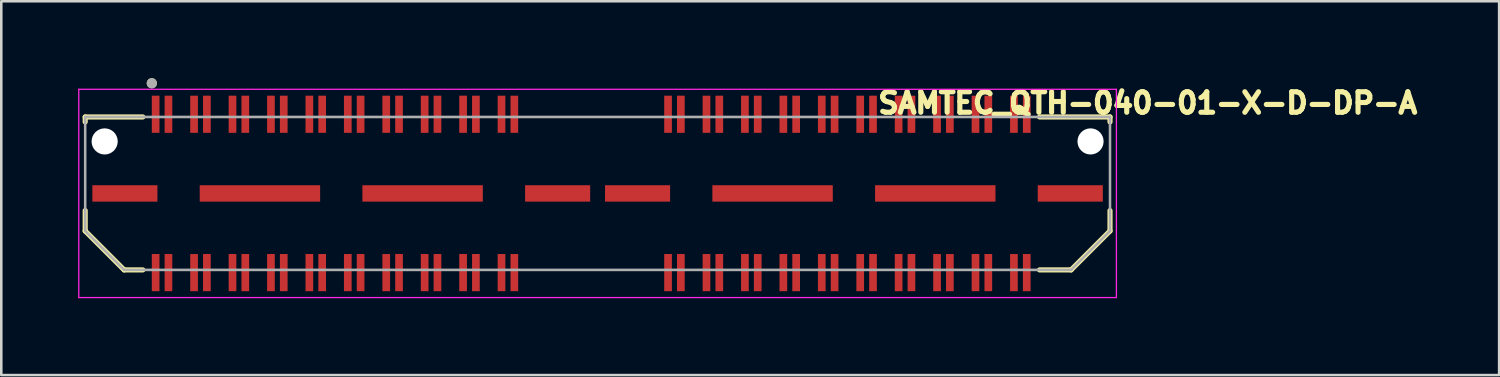
<source format=kicad_pcb>
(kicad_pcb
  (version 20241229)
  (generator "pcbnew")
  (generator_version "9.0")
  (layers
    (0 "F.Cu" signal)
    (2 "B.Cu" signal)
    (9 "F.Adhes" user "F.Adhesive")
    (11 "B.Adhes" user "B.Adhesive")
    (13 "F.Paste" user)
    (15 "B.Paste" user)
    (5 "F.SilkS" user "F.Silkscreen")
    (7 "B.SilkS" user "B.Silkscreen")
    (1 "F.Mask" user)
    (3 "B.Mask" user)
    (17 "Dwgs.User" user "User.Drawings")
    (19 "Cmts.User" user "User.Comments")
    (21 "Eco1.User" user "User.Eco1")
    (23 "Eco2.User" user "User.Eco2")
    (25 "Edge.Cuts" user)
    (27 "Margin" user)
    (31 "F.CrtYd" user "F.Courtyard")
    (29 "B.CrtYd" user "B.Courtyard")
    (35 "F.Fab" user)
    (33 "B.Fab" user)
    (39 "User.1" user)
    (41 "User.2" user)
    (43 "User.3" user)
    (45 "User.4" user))
  (footprint "SAMTEC_QTH-040-01-X-D-DP-A"
    (layer "F.Cu")
    (at 20.275 4.5)
    (property "Reference" "SAMTEC_QTH-040-01-X-D-DP-A" (at 21.472 -3.528 0) (layer "F.SilkS") (effects (font (size 0.8 0.8) (thickness 0.2))))
    (attr smd)
    (fp_line (start -20 -2.985) (end -20 -2.79) (stroke (width 0.2) (type solid)) (layer "F.SilkS"))
    (fp_line (start -20 1.465) (end -20 0.67) (stroke (width 0.2) (type solid)) (layer "F.SilkS"))
    (fp_line (start -18.48 2.985) (end -20 1.465) (stroke (width 0.2) (type solid)) (layer "F.SilkS"))
    (fp_line (start -17.75 -2.985) (end -20 -2.985) (stroke (width 0.2) (type solid)) (layer "F.SilkS"))
    (fp_line (start -17.75 2.985) (end -18.48 2.985) (stroke (width 0.2) (type solid)) (layer "F.SilkS"))
    (fp_line (start 17.25 -2.985) (end 20 -2.985) (stroke (width 0.2) (type solid)) (layer "F.SilkS"))
    (fp_line (start 17.25 2.985) (end 18.48 2.985) (stroke (width 0.2) (type solid)) (layer "F.SilkS"))
    (fp_line (start 18.48 2.985) (end 20 1.465) (stroke (width 0.2) (type solid)) (layer "F.SilkS"))
    (fp_line (start 20 -2.985) (end 20 -2.79) (stroke (width 0.2) (type solid)) (layer "F.SilkS"))
    (fp_line (start 20 1.465) (end 20 0.67) (stroke (width 0.2) (type solid)) (layer "F.SilkS"))
    (fp_circle (center -17.4 -4.3) (end -17.3 -4.3) (stroke (width 0.2) (type solid)) (fill no) (layer "F.SilkS"))
    (fp_line (start -20.25 -4.065) (end -20.25 4.065) (stroke (width 0.05) (type solid)) (layer "F.CrtYd"))
    (fp_line (start -20.25 4.065) (end 20.25 4.065) (stroke (width 0.05) (type solid)) (layer "F.CrtYd"))
    (fp_line (start 20.25 -4.065) (end -20.25 -4.065) (stroke (width 0.05) (type solid)) (layer "F.CrtYd"))
    (fp_line (start 20.25 4.065) (end 20.25 -4.065) (stroke (width 0.05) (type solid)) (layer "F.CrtYd"))
    (fp_line (start -20 -2.985) (end -20 1.465) (stroke (width 0.1) (type solid)) (layer "F.Fab"))
    (fp_line (start -20 1.465) (end -18.48 2.985) (stroke (width 0.1) (type solid)) (layer "F.Fab"))
    (fp_line (start -18.48 2.985) (end 18.48 2.985) (stroke (width 0.1) (type solid)) (layer "F.Fab"))
    (fp_line (start 18.48 2.985) (end 20 1.465) (stroke (width 0.1) (type solid)) (layer "F.Fab"))
    (fp_line (start 20 -2.985) (end -20 -2.985) (stroke (width 0.1) (type solid)) (layer "F.Fab"))
    (fp_line (start 20 1.465) (end 20 -2.985) (stroke (width 0.1) (type solid)) (layer "F.Fab"))
    (fp_circle (center -17.4 -4.3) (end -17.3 -4.3) (stroke (width 0.2) (type solid)) (fill no) (layer "F.Fab"))
    (pad "" np_thru_hole circle (at -19.24 -2.03) (size 1.02 1.02) (drill 1.02) (layers "*.Cu" "*.Mask"))
    (pad "" np_thru_hole circle (at 19.24 -2.03) (size 1.02 1.02) (drill 1.02) (layers "*.Cu" "*.Mask"))
    (pad "01" smd rect (at -17.25 -3.09) (size 0.3 1.45) (layers "F.Cu" "F.Mask" "F.Paste"))
    (pad "02" smd rect (at -17.25 3.09) (size 0.3 1.45) (layers "F.Cu" "F.Mask" "F.Paste"))
    (pad "03" smd rect (at -16.75 -3.09) (size 0.3 1.45) (layers "F.Cu" "F.Mask" "F.Paste"))
    (pad "04" smd rect (at -16.75 3.09) (size 0.3 1.45) (layers "F.Cu" "F.Mask" "F.Paste"))
    (pad "05" smd rect (at -15.75 -3.09) (size 0.3 1.45) (layers "F.Cu" "F.Mask" "F.Paste"))
    (pad "06" smd rect (at -15.75 3.09) (size 0.3 1.45) (layers "F.Cu" "F.Mask" "F.Paste"))
    (pad "07" smd rect (at -15.25 -3.09) (size 0.3 1.45) (layers "F.Cu" "F.Mask" "F.Paste"))
    (pad "08" smd rect (at -15.25 3.09) (size 0.3 1.45) (layers "F.Cu" "F.Mask" "F.Paste"))
    (pad "09" smd rect (at -14.25 -3.09) (size 0.3 1.45) (layers "F.Cu" "F.Mask" "F.Paste"))
    (pad "10" smd rect (at -14.25 3.09) (size 0.3 1.45) (layers "F.Cu" "F.Mask" "F.Paste"))
    (pad "11" smd rect (at -13.75 -3.09) (size 0.3 1.45) (layers "F.Cu" "F.Mask" "F.Paste"))
    (pad "12" smd rect (at -13.75 3.09) (size 0.3 1.45) (layers "F.Cu" "F.Mask" "F.Paste"))
    (pad "13" smd rect (at -12.75 -3.09) (size 0.3 1.45) (layers "F.Cu" "F.Mask" "F.Paste"))
    (pad "14" smd rect (at -12.75 3.09) (size 0.3 1.45) (layers "F.Cu" "F.Mask" "F.Paste"))
    (pad "15" smd rect (at -12.25 -3.09) (size 0.3 1.45) (layers "F.Cu" "F.Mask" "F.Paste"))
    (pad "16" smd rect (at -12.25 3.09) (size 0.3 1.45) (layers "F.Cu" "F.Mask" "F.Paste"))
    (pad "17" smd rect (at -11.25 -3.09) (size 0.3 1.45) (layers "F.Cu" "F.Mask" "F.Paste"))
    (pad "18" smd rect (at -11.25 3.09) (size 0.3 1.45) (layers "F.Cu" "F.Mask" "F.Paste"))
    (pad "19" smd rect (at -10.75 -3.09) (size 0.3 1.45) (layers "F.Cu" "F.Mask" "F.Paste"))
    (pad "20" smd rect (at -10.75 3.09) (size 0.3 1.45) (layers "F.Cu" "F.Mask" "F.Paste"))
    (pad "21" smd rect (at -9.75 -3.09) (size 0.3 1.45) (layers "F.Cu" "F.Mask" "F.Paste"))
    (pad "22" smd rect (at -9.75 3.09) (size 0.3 1.45) (layers "F.Cu" "F.Mask" "F.Paste"))
    (pad "23" smd rect (at -9.25 -3.09) (size 0.3 1.45) (layers "F.Cu" "F.Mask" "F.Paste"))
    (pad "24" smd rect (at -9.25 3.09) (size 0.3 1.45) (layers "F.Cu" "F.Mask" "F.Paste"))
    (pad "25" smd rect (at -8.25 -3.09) (size 0.3 1.45) (layers "F.Cu" "F.Mask" "F.Paste"))
    (pad "26" smd rect (at -8.25 3.09) (size 0.3 1.45) (layers "F.Cu" "F.Mask" "F.Paste"))
    (pad "27" smd rect (at -7.75 -3.09) (size 0.3 1.45) (layers "F.Cu" "F.Mask" "F.Paste"))
    (pad "28" smd rect (at -7.75 3.09) (size 0.3 1.45) (layers "F.Cu" "F.Mask" "F.Paste"))
    (pad "29" smd rect (at -6.75 -3.09) (size 0.3 1.45) (layers "F.Cu" "F.Mask" "F.Paste"))
    (pad "30" smd rect (at -6.75 3.09) (size 0.3 1.45) (layers "F.Cu" "F.Mask" "F.Paste"))
    (pad "31" smd rect (at -6.25 -3.09) (size 0.3 1.45) (layers "F.Cu" "F.Mask" "F.Paste"))
    (pad "32" smd rect (at -6.25 3.09) (size 0.3 1.45) (layers "F.Cu" "F.Mask" "F.Paste"))
    (pad "33" smd rect (at -5.25 -3.09) (size 0.3 1.45) (layers "F.Cu" "F.Mask" "F.Paste"))
    (pad "34" smd rect (at -5.25 3.09) (size 0.3 1.45) (layers "F.Cu" "F.Mask" "F.Paste"))
    (pad "35" smd rect (at -4.75 -3.09) (size 0.3 1.45) (layers "F.Cu" "F.Mask" "F.Paste"))
    (pad "36" smd rect (at -4.75 3.09) (size 0.3 1.45) (layers "F.Cu" "F.Mask" "F.Paste"))
    (pad "37" smd rect (at -3.75 -3.09) (size 0.3 1.45) (layers "F.Cu" "F.Mask" "F.Paste"))
    (pad "38" smd rect (at -3.75 3.09) (size 0.3 1.45) (layers "F.Cu" "F.Mask" "F.Paste"))
    (pad "39" smd rect (at -3.25 -3.09) (size 0.3 1.45) (layers "F.Cu" "F.Mask" "F.Paste"))
    (pad "40" smd rect (at -3.25 3.09) (size 0.3 1.45) (layers "F.Cu" "F.Mask" "F.Paste"))
    (pad "41" smd rect (at 2.75 -3.09) (size 0.3 1.45) (layers "F.Cu" "F.Mask" "F.Paste"))
    (pad "42" smd rect (at 2.75 3.09) (size 0.3 1.45) (layers "F.Cu" "F.Mask" "F.Paste"))
    (pad "43" smd rect (at 3.25 -3.09) (size 0.3 1.45) (layers "F.Cu" "F.Mask" "F.Paste"))
    (pad "44" smd rect (at 3.25 3.09) (size 0.3 1.45) (layers "F.Cu" "F.Mask" "F.Paste"))
    (pad "45" smd rect (at 4.25 -3.09) (size 0.3 1.45) (layers "F.Cu" "F.Mask" "F.Paste"))
    (pad "46" smd rect (at 4.25 3.09) (size 0.3 1.45) (layers "F.Cu" "F.Mask" "F.Paste"))
    (pad "47" smd rect (at 4.75 -3.09) (size 0.3 1.45) (layers "F.Cu" "F.Mask" "F.Paste"))
    (pad "48" smd rect (at 4.75 3.09) (size 0.3 1.45) (layers "F.Cu" "F.Mask" "F.Paste"))
    (pad "49" smd rect (at 5.75 -3.09) (size 0.3 1.45) (layers "F.Cu" "F.Mask" "F.Paste"))
    (pad "50" smd rect (at 5.75 3.09) (size 0.3 1.45) (layers "F.Cu" "F.Mask" "F.Paste"))
    (pad "51" smd rect (at 6.25 -3.09) (size 0.3 1.45) (layers "F.Cu" "F.Mask" "F.Paste"))
    (pad "52" smd rect (at 6.25 3.09) (size 0.3 1.45) (layers "F.Cu" "F.Mask" "F.Paste"))
    (pad "53" smd rect (at 7.25 -3.09) (size 0.3 1.45) (layers "F.Cu" "F.Mask" "F.Paste"))
    (pad "54" smd rect (at 7.25 3.09) (size 0.3 1.45) (layers "F.Cu" "F.Mask" "F.Paste"))
    (pad "55" smd rect (at 7.75 -3.09) (size 0.3 1.45) (layers "F.Cu" "F.Mask" "F.Paste"))
    (pad "56" smd rect (at 7.75 3.09) (size 0.3 1.45) (layers "F.Cu" "F.Mask" "F.Paste"))
    (pad "57" smd rect (at 8.75 -3.09) (size 0.3 1.45) (layers "F.Cu" "F.Mask" "F.Paste"))
    (pad "58" smd rect (at 8.75 3.09) (size 0.3 1.45) (layers "F.Cu" "F.Mask" "F.Paste"))
    (pad "59" smd rect (at 9.25 -3.09) (size 0.3 1.45) (layers "F.Cu" "F.Mask" "F.Paste"))
    (pad "60" smd rect (at 9.25 3.09) (size 0.3 1.45) (layers "F.Cu" "F.Mask" "F.Paste"))
    (pad "61" smd rect (at 10.25 -3.09) (size 0.3 1.45) (layers "F.Cu" "F.Mask" "F.Paste"))
    (pad "62" smd rect (at 10.25 3.09) (size 0.3 1.45) (layers "F.Cu" "F.Mask" "F.Paste"))
    (pad "63" smd rect (at 10.75 -3.09) (size 0.3 1.45) (layers "F.Cu" "F.Mask" "F.Paste"))
    (pad "64" smd rect (at 10.75 3.09) (size 0.3 1.45) (layers "F.Cu" "F.Mask" "F.Paste"))
    (pad "65" smd rect (at 11.75 -3.09) (size 0.3 1.45) (layers "F.Cu" "F.Mask" "F.Paste"))
    (pad "66" smd rect (at 11.75 3.09) (size 0.3 1.45) (layers "F.Cu" "F.Mask" "F.Paste"))
    (pad "67" smd rect (at 12.25 -3.09) (size 0.3 1.45) (layers "F.Cu" "F.Mask" "F.Paste"))
    (pad "68" smd rect (at 12.25 3.09) (size 0.3 1.45) (layers "F.Cu" "F.Mask" "F.Paste"))
    (pad "69" smd rect (at 13.25 -3.09) (size 0.3 1.45) (layers "F.Cu" "F.Mask" "F.Paste"))
    (pad "70" smd rect (at 13.25 3.09) (size 0.3 1.45) (layers "F.Cu" "F.Mask" "F.Paste"))
    (pad "71" smd rect (at 13.75 -3.09) (size 0.3 1.45) (layers "F.Cu" "F.Mask" "F.Paste"))
    (pad "72" smd rect (at 13.75 3.09) (size 0.3 1.45) (layers "F.Cu" "F.Mask" "F.Paste"))
    (pad "73" smd rect (at 14.75 -3.09) (size 0.3 1.45) (layers "F.Cu" "F.Mask" "F.Paste"))
    (pad "74" smd rect (at 14.75 3.09) (size 0.3 1.45) (layers "F.Cu" "F.Mask" "F.Paste"))
    (pad "75" smd rect (at 15.25 -3.09) (size 0.3 1.45) (layers "F.Cu" "F.Mask" "F.Paste"))
    (pad "76" smd rect (at 15.25 3.09) (size 0.3 1.45) (layers "F.Cu" "F.Mask" "F.Paste"))
    (pad "77" smd rect (at 16.25 -3.09) (size 0.3 1.45) (layers "F.Cu" "F.Mask" "F.Paste"))
    (pad "78" smd rect (at 16.25 3.09) (size 0.3 1.45) (layers "F.Cu" "F.Mask" "F.Paste"))
    (pad "79" smd rect (at 16.75 -3.09) (size 0.3 1.45) (layers "F.Cu" "F.Mask" "F.Paste"))
    (pad "80" smd rect (at 16.75 3.09) (size 0.3 1.45) (layers "F.Cu" "F.Mask" "F.Paste"))
    (pad "G1" smd rect (at -18.45 0) (size 2.54 0.64) (layers "F.Cu" "F.Mask" "F.Paste"))
    (pad "G2" smd rect (at -13.18 0) (size 4.7 0.64) (layers "F.Cu" "F.Mask" "F.Paste"))
    (pad "G3" smd rect (at -6.83 0) (size 4.7 0.64) (layers "F.Cu" "F.Mask" "F.Paste"))
    (pad "G4" smd rect (at -1.56 0) (size 2.54 0.64) (layers "F.Cu" "F.Mask" "F.Paste"))
    (pad "G5" smd rect (at 1.56 0) (size 2.54 0.64) (layers "F.Cu" "F.Mask" "F.Paste"))
    (pad "G6" smd rect (at 6.83 0) (size 4.7 0.64) (layers "F.Cu" "F.Mask" "F.Paste"))
    (pad "G7" smd rect (at 13.18 0) (size 4.7 0.64) (layers "F.Cu" "F.Mask" "F.Paste"))
    (pad "G8" smd rect (at 18.45 0) (size 2.54 0.64) (layers "F.Cu" "F.Mask" "F.Paste")))
  (gr_rect
    (start -3 -3)
    (end 55.463 11.59)
    (stroke (width 0.1) (type default))
    (fill no)
    (layer "Edge.Cuts")))
</source>
